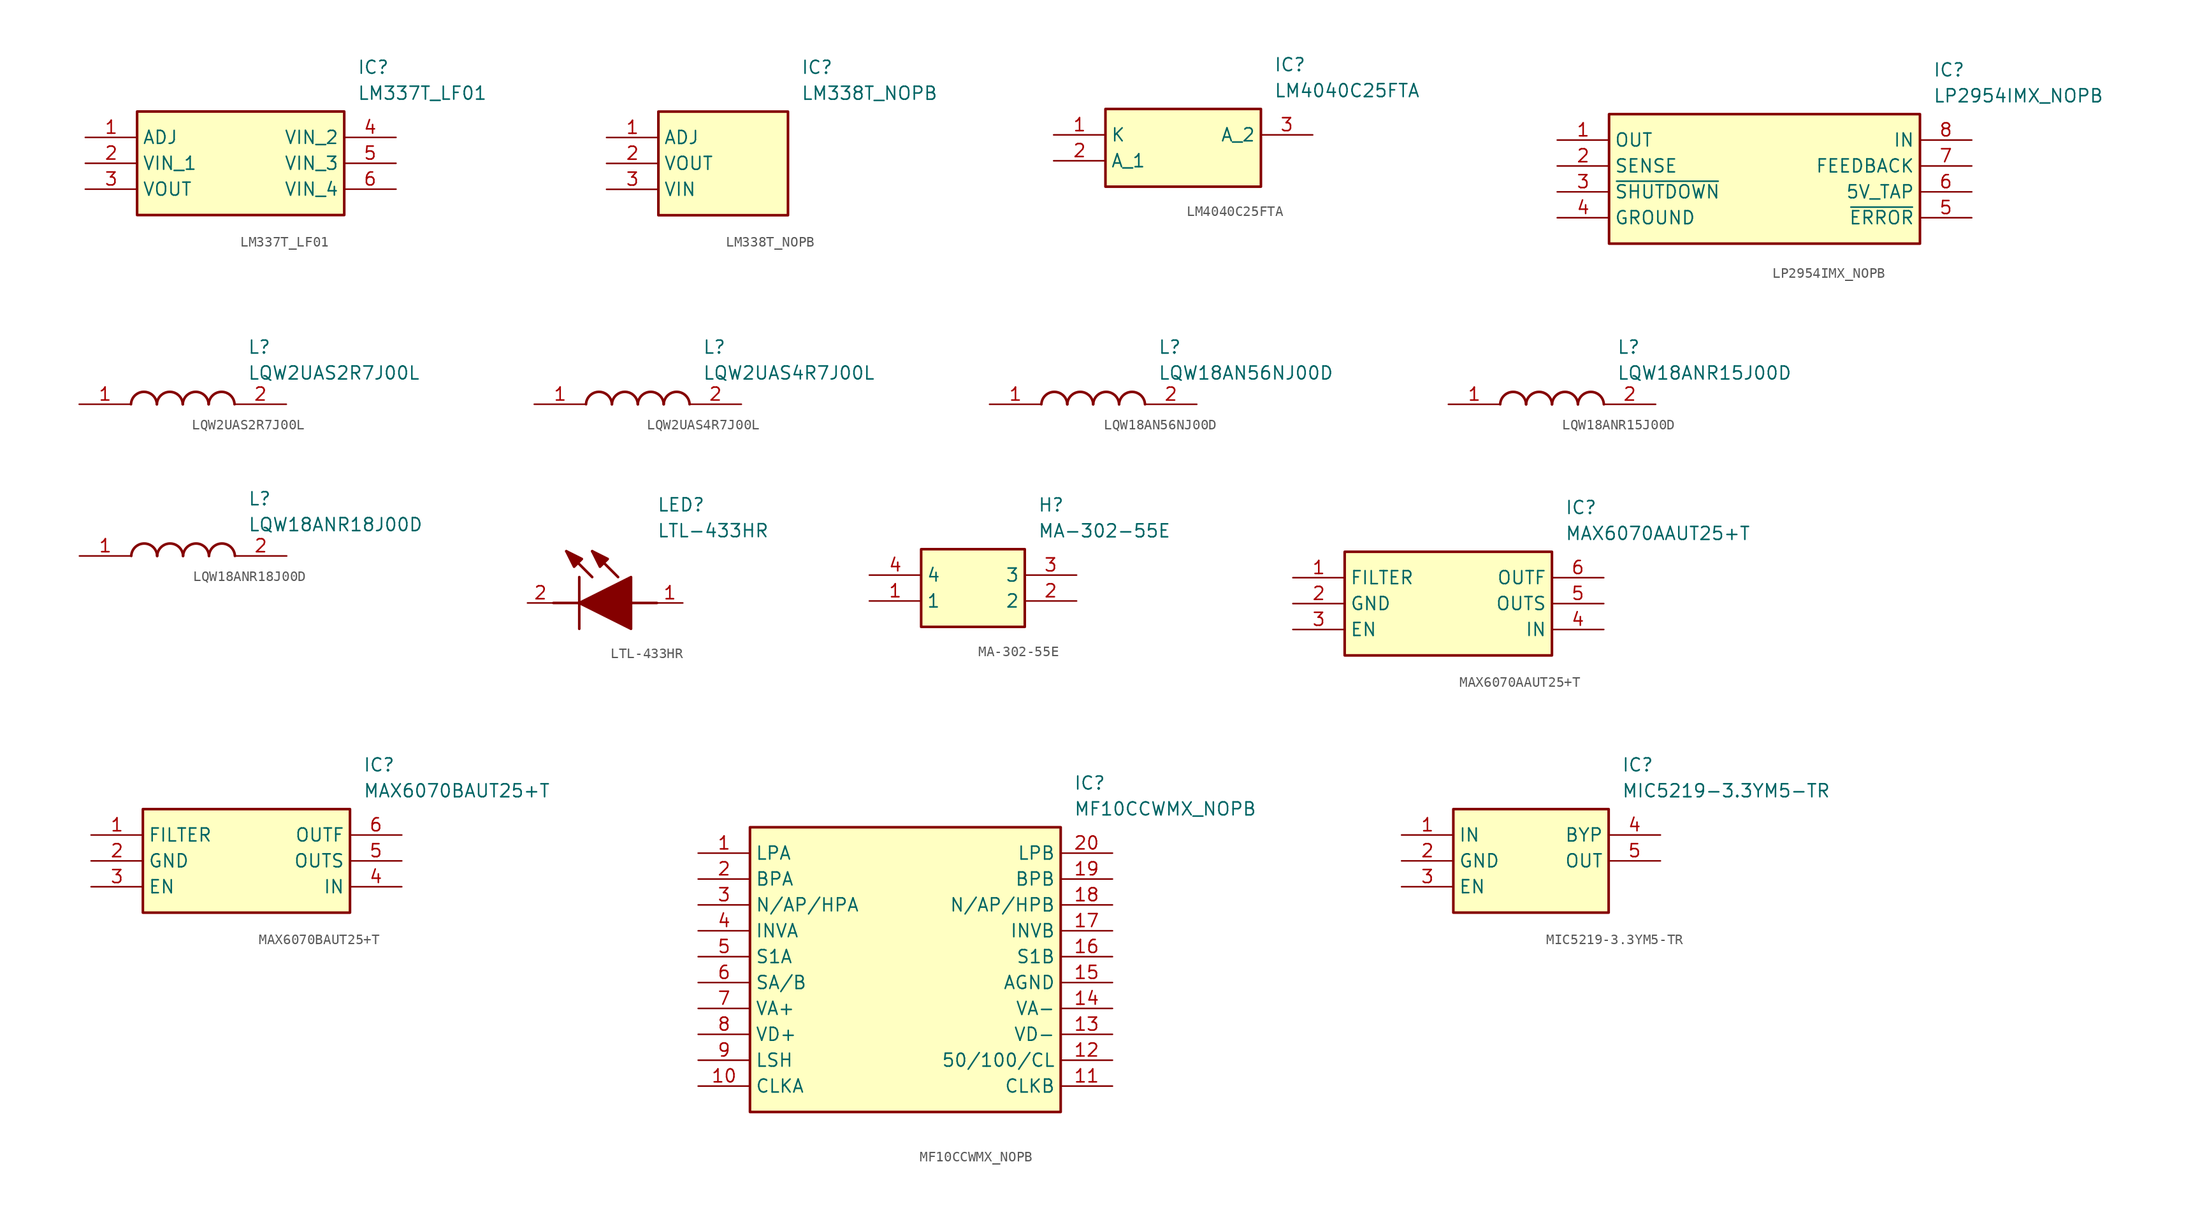
<source format=kicad_sym>
(kicad_symbol_lib
  (version 20231120)
  (generator "kicad_symbol_editor")
  (generator_version "8.0")
  (symbol "LM337T_LF01"
    (property "Reference" "IC"
      (at 26.67 7.62 0)
      (effects (font (size 1.27 1.27)) (justify left top)))
    (property "Value" "LM337T_LF01"
      (at 26.67 5.08 0)
      (effects (font (size 1.27 1.27)) (justify left top)))
    (symbol "LM337T_LF01_1_1"
      (rectangle (start 5.08 2.54) (end 25.4 -7.62) (stroke (width 0.254) (type default)) (fill (type background)))
      (pin passive line (at 0 0 0) (length 5.08) (name "ADJ" (effects (font (size 1.27 1.27)))) (number "1" (effects (font (size 1.27 1.27)))))
      (pin passive line (at 0 -2.54 0) (length 5.08) (name "VIN_1" (effects (font (size 1.27 1.27)))) (number "2" (effects (font (size 1.27 1.27)))))
      (pin passive line (at 0 -5.08 0) (length 5.08) (name "VOUT" (effects (font (size 1.27 1.27)))) (number "3" (effects (font (size 1.27 1.27)))))
      (pin passive line (at 30.48 0 180) (length 5.08) (name "VIN_2" (effects (font (size 1.27 1.27)))) (number "4" (effects (font (size 1.27 1.27)))))
      (pin passive line (at 30.48 -2.54 180) (length 5.08) (name "VIN_3" (effects (font (size 1.27 1.27)))) (number "5" (effects (font (size 1.27 1.27)))))
      (pin passive line (at 30.48 -5.08 180) (length 5.08) (name "VIN_4" (effects (font (size 1.27 1.27)))) (number "6" (effects (font (size 1.27 1.27)))))))
  (symbol "LM338T_NOPB"
    (property "Reference" "IC"
      (at 19.05 7.62 0)
      (effects (font (size 1.27 1.27)) (justify left top)))
    (property "Value" "LM338T_NOPB"
      (at 19.05 5.08 0)
      (effects (font (size 1.27 1.27)) (justify left top)))
    (symbol "LM338T_NOPB_1_1"
      (rectangle (start 5.08 2.54) (end 17.78 -7.62) (stroke (width 0.254) (type default)) (fill (type background)))
      (pin passive line (at 0 0 0) (length 5.08) (name "ADJ" (effects (font (size 1.27 1.27)))) (number "1" (effects (font (size 1.27 1.27)))))
      (pin passive line (at 0 -2.54 0) (length 5.08) (name "VOUT" (effects (font (size 1.27 1.27)))) (number "2" (effects (font (size 1.27 1.27)))))
      (pin passive line (at 0 -5.08 0) (length 5.08) (name "VIN" (effects (font (size 1.27 1.27)))) (number "3" (effects (font (size 1.27 1.27)))))))
  (symbol "LM4040C25FTA"
    (property "Reference" "IC"
      (at 21.59 7.62 0)
      (effects (font (size 1.27 1.27)) (justify left top)))
    (property "Value" "LM4040C25FTA"
      (at 21.59 5.08 0)
      (effects (font (size 1.27 1.27)) (justify left top)))
    (symbol "LM4040C25FTA_1_1"
      (rectangle (start 5.08 2.54) (end 20.32 -5.08) (stroke (width 0.254) (type default)) (fill (type background)))
      (pin passive line (at 0 0 0) (length 5.08) (name "K" (effects (font (size 1.27 1.27)))) (number "1" (effects (font (size 1.27 1.27)))))
      (pin passive line (at 0 -2.54 0) (length 5.08) (name "A_1" (effects (font (size 1.27 1.27)))) (number "2" (effects (font (size 1.27 1.27)))))
      (pin passive line (at 25.4 0 180) (length 5.08) (name "A_2" (effects (font (size 1.27 1.27)))) (number "3" (effects (font (size 1.27 1.27)))))))
  (symbol "LP2954IMX_NOPB"
    (property "Reference" "IC"
      (at 36.83 7.62 0)
      (effects (font (size 1.27 1.27)) (justify left top)))
    (property "Value" "LP2954IMX_NOPB"
      (at 36.83 5.08 0)
      (effects (font (size 1.27 1.27)) (justify left top)))
    (symbol "LP2954IMX_NOPB_1_1"
      (rectangle (start 5.08 2.54) (end 35.56 -10.16) (stroke (width 0.254) (type default)) (fill (type background)))
      (pin passive line (at 0 0 0) (length 5.08) (name "OUT" (effects (font (size 1.27 1.27)))) (number "1" (effects (font (size 1.27 1.27)))))
      (pin passive line (at 0 -2.54 0) (length 5.08) (name "SENSE" (effects (font (size 1.27 1.27)))) (number "2" (effects (font (size 1.27 1.27)))))
      (pin passive line (at 0 -5.08 0) (length 5.08) (name "~{SHUTDOWN}" (effects (font (size 1.27 1.27)))) (number "3" (effects (font (size 1.27 1.27)))))
      (pin passive line (at 0 -7.62 0) (length 5.08) (name "GROUND" (effects (font (size 1.27 1.27)))) (number "4" (effects (font (size 1.27 1.27)))))
      (pin passive line (at 40.64 -7.62 180) (length 5.08) (name "~{ERROR}" (effects (font (size 1.27 1.27)))) (number "5" (effects (font (size 1.27 1.27)))))
      (pin passive line (at 40.64 -5.08 180) (length 5.08) (name "5V_TAP" (effects (font (size 1.27 1.27)))) (number "6" (effects (font (size 1.27 1.27)))))
      (pin passive line (at 40.64 -2.54 180) (length 5.08) (name "FEEDBACK" (effects (font (size 1.27 1.27)))) (number "7" (effects (font (size 1.27 1.27)))))
      (pin passive line (at 40.64 0 180) (length 5.08) (name "IN" (effects (font (size 1.27 1.27)))) (number "8" (effects (font (size 1.27 1.27)))))))
  (symbol "LQW2UAS2R7J00L"
    (pin_names hide)
    (property "Reference" "L"
      (at 16.51 6.35 0)
      (effects (font (size 1.27 1.27)) (justify left top)))
    (property "Value" "LQW2UAS2R7J00L"
      (at 16.51 3.81 0)
      (effects (font (size 1.27 1.27)) (justify left top)))
    (symbol "LQW2UAS2R7J00L_1_1"
      (arc (start 7.62 0) (mid 6.35 1.219) (end 5.08 0) (stroke (width 0.254) (type default)) (fill (type none)))
      (arc (start 10.16 0) (mid 8.89 1.219) (end 7.62 0) (stroke (width 0.254) (type default)) (fill (type none)))
      (arc (start 12.7 0) (mid 11.43 1.219) (end 10.16 0) (stroke (width 0.254) (type default)) (fill (type none)))
      (arc (start 15.24 0) (mid 13.97 1.219) (end 12.7 0) (stroke (width 0.254) (type default)) (fill (type none)))
      (pin passive line (at 0 0 0) (length 5.08) (name "1" (effects (font (size 1.27 1.27)))) (number "1" (effects (font (size 1.27 1.27)))))
      (pin passive line (at 20.32 0 180) (length 5.08) (name "2" (effects (font (size 1.27 1.27)))) (number "2" (effects (font (size 1.27 1.27)))))))
  (symbol "LQW2UAS4R7J00L"
    (pin_names hide)
    (property "Reference" "L"
      (at 16.51 6.35 0)
      (effects (font (size 1.27 1.27)) (justify left top)))
    (property "Value" "LQW2UAS4R7J00L"
      (at 16.51 3.81 0)
      (effects (font (size 1.27 1.27)) (justify left top)))
    (symbol "LQW2UAS4R7J00L_1_1"
      (arc (start 7.62 0) (mid 6.35 1.219) (end 5.08 0) (stroke (width 0.254) (type default)) (fill (type none)))
      (arc (start 10.16 0) (mid 8.89 1.219) (end 7.62 0) (stroke (width 0.254) (type default)) (fill (type none)))
      (arc (start 12.7 0) (mid 11.43 1.219) (end 10.16 0) (stroke (width 0.254) (type default)) (fill (type none)))
      (arc (start 15.24 0) (mid 13.97 1.219) (end 12.7 0) (stroke (width 0.254) (type default)) (fill (type none)))
      (pin passive line (at 0 0 0) (length 5.08) (name "1" (effects (font (size 1.27 1.27)))) (number "1" (effects (font (size 1.27 1.27)))))
      (pin passive line (at 20.32 0 180) (length 5.08) (name "2" (effects (font (size 1.27 1.27)))) (number "2" (effects (font (size 1.27 1.27)))))))
  (symbol "LQW18AN56NJ00D"
    (pin_names hide)
    (property "Reference" "L"
      (at 16.51 6.35 0)
      (effects (font (size 1.27 1.27)) (justify left top)))
    (property "Value" "LQW18AN56NJ00D"
      (at 16.51 3.81 0)
      (effects (font (size 1.27 1.27)) (justify left top)))
    (symbol "LQW18AN56NJ00D_1_1"
      (arc (start 7.62 0) (mid 6.35 1.219) (end 5.08 0) (stroke (width 0.254) (type default)) (fill (type none)))
      (arc (start 10.16 0) (mid 8.89 1.219) (end 7.62 0) (stroke (width 0.254) (type default)) (fill (type none)))
      (arc (start 12.7 0) (mid 11.43 1.219) (end 10.16 0) (stroke (width 0.254) (type default)) (fill (type none)))
      (arc (start 15.24 0) (mid 13.97 1.219) (end 12.7 0) (stroke (width 0.254) (type default)) (fill (type none)))
      (pin passive line (at 0 0 0) (length 5.08) (name "1" (effects (font (size 1.27 1.27)))) (number "1" (effects (font (size 1.27 1.27)))))
      (pin passive line (at 20.32 0 180) (length 5.08) (name "2" (effects (font (size 1.27 1.27)))) (number "2" (effects (font (size 1.27 1.27)))))))
  (symbol "LQW18ANR15J00D"
    (pin_names hide)
    (property "Reference" "L"
      (at 16.51 6.35 0)
      (effects (font (size 1.27 1.27)) (justify left top)))
    (property "Value" "LQW18ANR15J00D"
      (at 16.51 3.81 0)
      (effects (font (size 1.27 1.27)) (justify left top)))
    (symbol "LQW18ANR15J00D_1_1"
      (arc (start 7.62 0) (mid 6.35 1.219) (end 5.08 0) (stroke (width 0.254) (type default)) (fill (type none)))
      (arc (start 10.16 0) (mid 8.89 1.219) (end 7.62 0) (stroke (width 0.254) (type default)) (fill (type none)))
      (arc (start 12.7 0) (mid 11.43 1.219) (end 10.16 0) (stroke (width 0.254) (type default)) (fill (type none)))
      (arc (start 15.24 0) (mid 13.97 1.219) (end 12.7 0) (stroke (width 0.254) (type default)) (fill (type none)))
      (pin passive line (at 0 0 0) (length 5.08) (name "1" (effects (font (size 1.27 1.27)))) (number "1" (effects (font (size 1.27 1.27)))))
      (pin passive line (at 20.32 0 180) (length 5.08) (name "2" (effects (font (size 1.27 1.27)))) (number "2" (effects (font (size 1.27 1.27)))))))
  (symbol "LQW18ANR18J00D"
    (pin_names hide)
    (property "Reference" "L"
      (at 16.51 6.35 0)
      (effects (font (size 1.27 1.27)) (justify left top)))
    (property "Value" "LQW18ANR18J00D"
      (at 16.51 3.81 0)
      (effects (font (size 1.27 1.27)) (justify left top)))
    (symbol "LQW18ANR18J00D_1_1"
      (arc (start 7.62 0) (mid 6.35 1.219) (end 5.08 0) (stroke (width 0.254) (type default)) (fill (type none)))
      (arc (start 10.16 0) (mid 8.89 1.219) (end 7.62 0) (stroke (width 0.254) (type default)) (fill (type none)))
      (arc (start 12.7 0) (mid 11.43 1.219) (end 10.16 0) (stroke (width 0.254) (type default)) (fill (type none)))
      (arc (start 15.24 0) (mid 13.97 1.219) (end 12.7 0) (stroke (width 0.254) (type default)) (fill (type none)))
      (pin passive line (at 0 0 0) (length 5.08) (name "1" (effects (font (size 1.27 1.27)))) (number "1" (effects (font (size 1.27 1.27)))))
      (pin passive line (at 20.32 0 180) (length 5.08) (name "2" (effects (font (size 1.27 1.27)))) (number "2" (effects (font (size 1.27 1.27)))))))
  (symbol "LTL-433HR"
    (pin_names hide)
    (property "Reference" "LED"
      (at 12.7 8.89 0)
      (effects (font (size 1.27 1.27)) (justify left bottom)))
    (property "Value" "LTL-433HR"
      (at 12.7 6.35 0)
      (effects (font (size 1.27 1.27)) (justify left bottom)))
    (polyline
      (pts (xy 5.08 2.54) (xy 5.08 -2.54))
      (stroke (width 0.254) (type default))
      (fill (type none)))
    (polyline
      (pts (xy 6.35 2.54) (xy 3.81 5.08))
      (stroke (width 0.254) (type default))
      (fill (type none)))
    (polyline
      (pts (xy 8.89 2.54) (xy 6.35 5.08))
      (stroke (width 0.254) (type default))
      (fill (type none)))
    (polyline
      (pts (xy 2.54 0) (xy 5.08 0))
      (stroke (width 0.254) (type default))
      (fill (type none)))
    (polyline
      (pts (xy 10.16 0) (xy 12.7 0))
      (stroke (width 0.254) (type default))
      (fill (type none)))
    (polyline
      (pts (xy 5.08 0) (xy 10.16 2.54) (xy 10.16 -2.54) (xy 5.08 0))
      (stroke (width 0.254) (type default))
      (fill (type outline)))
    (polyline
      (pts (xy 5.334 4.318) (xy 4.572 3.556) (xy 3.81 5.08) (xy 5.334 4.318))
      (stroke (width 0.254) (type default))
      (fill (type outline)))
    (polyline
      (pts (xy 7.874 4.318) (xy 7.112 3.556) (xy 6.35 5.08) (xy 7.874 4.318))
      (stroke (width 0.254) (type default))
      (fill (type outline)))
    (pin passive line
      (at 0 0 0)
      (length 2.54)
      (name "K" (effects (font (size 1.27 1.27))))
      (number "2" (effects (font (size 1.27 1.27)))))
    (pin passive line
      (at 15.24 0 180)
      (length 2.54)
      (name "A" (effects (font (size 1.27 1.27))))
      (number "1" (effects (font (size 1.27 1.27))))))
  (symbol "MA-302-55E"
    (property "Reference" "H"
      (at 16.51 7.62 0)
      (effects (font (size 1.27 1.27)) (justify left top)))
    (property "Value" "MA-302-55E"
      (at 16.51 5.08 0)
      (effects (font (size 1.27 1.27)) (justify left top)))
    (symbol "MA-302-55E_1_1"
      (rectangle (start 5.08 2.54) (end 15.24 -5.08) (stroke (width 0.254) (type default)) (fill (type background)))
      (pin passive line (at 0 -2.54 0) (length 5.08) (name "1" (effects (font (size 1.27 1.27)))) (number "1" (effects (font (size 1.27 1.27)))))
      (pin passive line (at 20.32 -2.54 180) (length 5.08) (name "2" (effects (font (size 1.27 1.27)))) (number "2" (effects (font (size 1.27 1.27)))))
      (pin passive line (at 20.32 0 180) (length 5.08) (name "3" (effects (font (size 1.27 1.27)))) (number "3" (effects (font (size 1.27 1.27)))))
      (pin passive line (at 0 0 0) (length 5.08) (name "4" (effects (font (size 1.27 1.27)))) (number "4" (effects (font (size 1.27 1.27)))))))
  (symbol "MAX6070AAUT25+T"
    (property "Reference" "IC"
      (at 26.67 7.62 0)
      (effects (font (size 1.27 1.27)) (justify left top)))
    (property "Value" "MAX6070AAUT25+T"
      (at 26.67 5.08 0)
      (effects (font (size 1.27 1.27)) (justify left top)))
    (symbol "MAX6070AAUT25+T_1_1"
      (rectangle (start 5.08 2.54) (end 25.4 -7.62) (stroke (width 0.254) (type default)) (fill (type background)))
      (pin input line (at 0 0 0) (length 5.08) (name "FILTER" (effects (font (size 1.27 1.27)))) (number "1" (effects (font (size 1.27 1.27)))))
      (pin power_in line (at 0 -2.54 0) (length 5.08) (name "GND" (effects (font (size 1.27 1.27)))) (number "2" (effects (font (size 1.27 1.27)))))
      (pin input line (at 0 -5.08 0) (length 5.08) (name "EN" (effects (font (size 1.27 1.27)))) (number "3" (effects (font (size 1.27 1.27)))))
      (pin input line (at 30.48 -5.08 180) (length 5.08) (name "IN" (effects (font (size 1.27 1.27)))) (number "4" (effects (font (size 1.27 1.27)))))
      (pin passive line (at 30.48 -2.54 180) (length 5.08) (name "OUTS" (effects (font (size 1.27 1.27)))) (number "5" (effects (font (size 1.27 1.27)))))
      (pin output line (at 30.48 0 180) (length 5.08) (name "OUTF" (effects (font (size 1.27 1.27)))) (number "6" (effects (font (size 1.27 1.27)))))))
  (symbol "MAX6070BAUT25+T"
    (property "Reference" "IC"
      (at 26.67 7.62 0)
      (effects (font (size 1.27 1.27)) (justify left top)))
    (property "Value" "MAX6070BAUT25+T"
      (at 26.67 5.08 0)
      (effects (font (size 1.27 1.27)) (justify left top)))
    (symbol "MAX6070BAUT25+T_1_1"
      (rectangle (start 5.08 2.54) (end 25.4 -7.62) (stroke (width 0.254) (type default)) (fill (type background)))
      (pin passive line (at 0 0 0) (length 5.08) (name "FILTER" (effects (font (size 1.27 1.27)))) (number "1" (effects (font (size 1.27 1.27)))))
      (pin passive line (at 0 -2.54 0) (length 5.08) (name "GND" (effects (font (size 1.27 1.27)))) (number "2" (effects (font (size 1.27 1.27)))))
      (pin passive line (at 0 -5.08 0) (length 5.08) (name "EN" (effects (font (size 1.27 1.27)))) (number "3" (effects (font (size 1.27 1.27)))))
      (pin passive line (at 30.48 -5.08 180) (length 5.08) (name "IN" (effects (font (size 1.27 1.27)))) (number "4" (effects (font (size 1.27 1.27)))))
      (pin passive line (at 30.48 -2.54 180) (length 5.08) (name "OUTS" (effects (font (size 1.27 1.27)))) (number "5" (effects (font (size 1.27 1.27)))))
      (pin passive line (at 30.48 0 180) (length 5.08) (name "OUTF" (effects (font (size 1.27 1.27)))) (number "6" (effects (font (size 1.27 1.27)))))))
  (symbol "MF10CCWMX_NOPB"
    (property "Reference" "IC"
      (at 36.83 7.62 0)
      (effects (font (size 1.27 1.27)) (justify left top)))
    (property "Value" "MF10CCWMX_NOPB"
      (at 36.83 5.08 0)
      (effects (font (size 1.27 1.27)) (justify left top)))
    (symbol "MF10CCWMX_NOPB_1_1"
      (rectangle (start 5.08 2.54) (end 35.56 -25.4) (stroke (width 0.254) (type default)) (fill (type background)))
      (pin passive line (at 0 0 0) (length 5.08) (name "LPA" (effects (font (size 1.27 1.27)))) (number "1" (effects (font (size 1.27 1.27)))))
      (pin passive line (at 0 -22.86 0) (length 5.08) (name "CLKA" (effects (font (size 1.27 1.27)))) (number "10" (effects (font (size 1.27 1.27)))))
      (pin passive line (at 40.64 -22.86 180) (length 5.08) (name "CLKB" (effects (font (size 1.27 1.27)))) (number "11" (effects (font (size 1.27 1.27)))))
      (pin passive line (at 40.64 -20.32 180) (length 5.08) (name "50/100/CL" (effects (font (size 1.27 1.27)))) (number "12" (effects (font (size 1.27 1.27)))))
      (pin passive line (at 40.64 -17.78 180) (length 5.08) (name "VD-" (effects (font (size 1.27 1.27)))) (number "13" (effects (font (size 1.27 1.27)))))
      (pin passive line (at 40.64 -15.24 180) (length 5.08) (name "VA-" (effects (font (size 1.27 1.27)))) (number "14" (effects (font (size 1.27 1.27)))))
      (pin passive line (at 40.64 -12.7 180) (length 5.08) (name "AGND" (effects (font (size 1.27 1.27)))) (number "15" (effects (font (size 1.27 1.27)))))
      (pin passive line (at 40.64 -10.16 180) (length 5.08) (name "S1B" (effects (font (size 1.27 1.27)))) (number "16" (effects (font (size 1.27 1.27)))))
      (pin passive line (at 40.64 -7.62 180) (length 5.08) (name "INVB" (effects (font (size 1.27 1.27)))) (number "17" (effects (font (size 1.27 1.27)))))
      (pin passive line (at 40.64 -5.08 180) (length 5.08) (name "N/AP/HPB" (effects (font (size 1.27 1.27)))) (number "18" (effects (font (size 1.27 1.27)))))
      (pin passive line (at 40.64 -2.54 180) (length 5.08) (name "BPB" (effects (font (size 1.27 1.27)))) (number "19" (effects (font (size 1.27 1.27)))))
      (pin passive line (at 0 -2.54 0) (length 5.08) (name "BPA" (effects (font (size 1.27 1.27)))) (number "2" (effects (font (size 1.27 1.27)))))
      (pin passive line (at 40.64 0 180) (length 5.08) (name "LPB" (effects (font (size 1.27 1.27)))) (number "20" (effects (font (size 1.27 1.27)))))
      (pin passive line (at 0 -5.08 0) (length 5.08) (name "N/AP/HPA" (effects (font (size 1.27 1.27)))) (number "3" (effects (font (size 1.27 1.27)))))
      (pin passive line (at 0 -7.62 0) (length 5.08) (name "INVA" (effects (font (size 1.27 1.27)))) (number "4" (effects (font (size 1.27 1.27)))))
      (pin passive line (at 0 -10.16 0) (length 5.08) (name "S1A" (effects (font (size 1.27 1.27)))) (number "5" (effects (font (size 1.27 1.27)))))
      (pin passive line (at 0 -12.7 0) (length 5.08) (name "SA/B" (effects (font (size 1.27 1.27)))) (number "6" (effects (font (size 1.27 1.27)))))
      (pin passive line (at 0 -15.24 0) (length 5.08) (name "VA+" (effects (font (size 1.27 1.27)))) (number "7" (effects (font (size 1.27 1.27)))))
      (pin passive line (at 0 -17.78 0) (length 5.08) (name "VD+" (effects (font (size 1.27 1.27)))) (number "8" (effects (font (size 1.27 1.27)))))
      (pin passive line (at 0 -20.32 0) (length 5.08) (name "LSH" (effects (font (size 1.27 1.27)))) (number "9" (effects (font (size 1.27 1.27)))))))
  (symbol "MIC5219-3.3YM5-TR"
    (property "Reference" "IC"
      (at 21.59 7.62 0)
      (effects (font (size 1.27 1.27)) (justify left top)))
    (property "Value" "MIC5219-3.3YM5-TR"
      (at 21.59 5.08 0)
      (effects (font (size 1.27 1.27)) (justify left top)))
    (symbol "MIC5219-3.3YM5-TR_1_1"
      (rectangle (start 5.08 2.54) (end 20.32 -7.62) (stroke (width 0.254) (type default)) (fill (type background)))
      (pin passive line (at 0 0 0) (length 5.08) (name "IN" (effects (font (size 1.27 1.27)))) (number "1" (effects (font (size 1.27 1.27)))))
      (pin passive line (at 0 -2.54 0) (length 5.08) (name "GND" (effects (font (size 1.27 1.27)))) (number "2" (effects (font (size 1.27 1.27)))))
      (pin passive line (at 0 -5.08 0) (length 5.08) (name "EN" (effects (font (size 1.27 1.27)))) (number "3" (effects (font (size 1.27 1.27)))))
      (pin passive line (at 25.4 0 180) (length 5.08) (name "BYP" (effects (font (size 1.27 1.27)))) (number "4" (effects (font (size 1.27 1.27)))))
      (pin passive line (at 25.4 -2.54 180) (length 5.08) (name "OUT" (effects (font (size 1.27 1.27)))) (number "5" (effects (font (size 1.27 1.27))))))))
</source>
